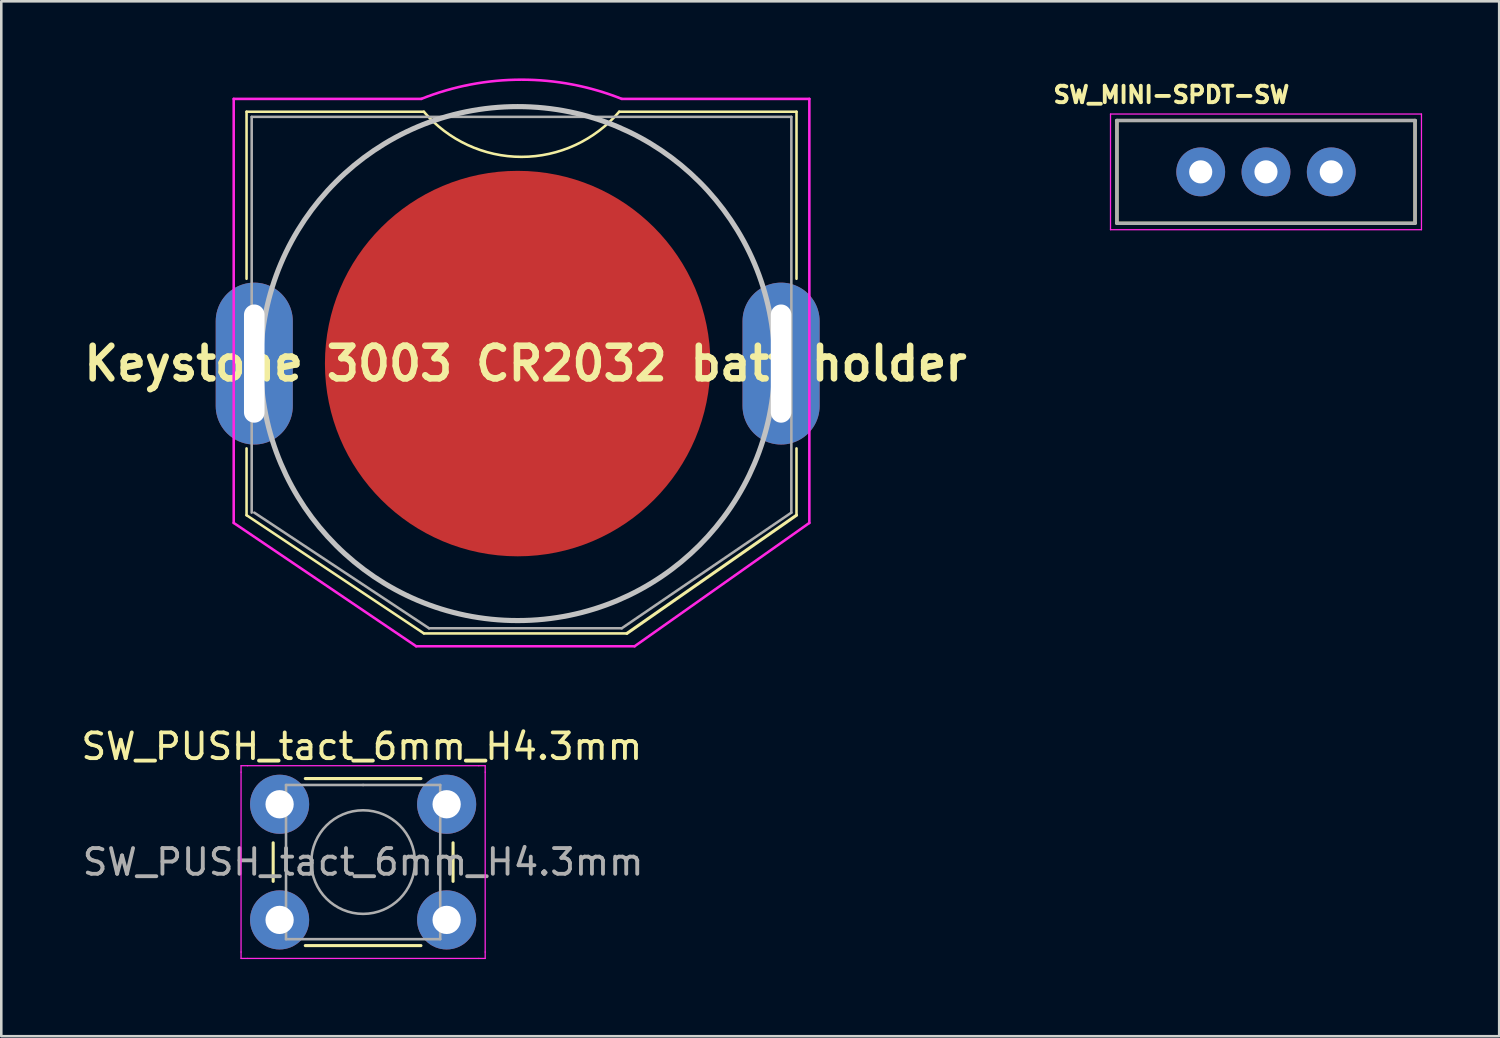
<source format=kicad_pcb>
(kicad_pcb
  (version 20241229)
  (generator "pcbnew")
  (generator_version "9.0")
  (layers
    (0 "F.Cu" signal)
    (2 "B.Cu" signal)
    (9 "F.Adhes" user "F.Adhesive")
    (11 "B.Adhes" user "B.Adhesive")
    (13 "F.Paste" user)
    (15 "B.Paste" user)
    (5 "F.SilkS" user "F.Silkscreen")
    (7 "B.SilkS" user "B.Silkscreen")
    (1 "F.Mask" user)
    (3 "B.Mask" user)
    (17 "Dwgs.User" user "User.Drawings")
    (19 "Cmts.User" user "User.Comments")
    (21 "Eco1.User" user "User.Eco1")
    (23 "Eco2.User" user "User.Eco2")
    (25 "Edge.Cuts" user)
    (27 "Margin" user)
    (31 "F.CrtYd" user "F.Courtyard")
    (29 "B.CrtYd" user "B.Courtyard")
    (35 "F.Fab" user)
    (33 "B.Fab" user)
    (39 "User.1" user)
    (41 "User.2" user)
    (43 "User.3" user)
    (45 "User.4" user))
  (footprint "SW_PUSH_tact_6mm_H4.3mm"
    (layer "F.Cu")
    (at 7.83 28.246)
    (property "Reference" "SW_PUSH_tact_6mm_H4.3mm" (at 3.2 -2.25 0) (layer "F.SilkS") (effects (font (size 1 1) (thickness 0.15))))
    (attr through_hole)
    (fp_line (start -0.25 1.5) (end -0.25 3) (stroke (width 0.12) (type solid)) (layer "F.SilkS"))
    (fp_line (start 1 5.5) (end 5.5 5.5) (stroke (width 0.12) (type solid)) (layer "F.SilkS"))
    (fp_line (start 5.5 -1) (end 1 -1) (stroke (width 0.12) (type solid)) (layer "F.SilkS"))
    (fp_line (start 6.75 3) (end 6.75 1.5) (stroke (width 0.12) (type solid)) (layer "F.SilkS"))
    (fp_line (start -1.5 -1.5) (end -1.25 -1.5) (stroke (width 0.05) (type solid)) (layer "F.CrtYd"))
    (fp_line (start -1.5 -1.25) (end -1.5 -1.5) (stroke (width 0.05) (type solid)) (layer "F.CrtYd"))
    (fp_line (start -1.5 5.75) (end -1.5 -1.25) (stroke (width 0.05) (type solid)) (layer "F.CrtYd"))
    (fp_line (start -1.5 5.75) (end -1.5 6) (stroke (width 0.05) (type solid)) (layer "F.CrtYd"))
    (fp_line (start -1.5 6) (end -1.25 6) (stroke (width 0.05) (type solid)) (layer "F.CrtYd"))
    (fp_line (start -1.25 -1.5) (end 7.75 -1.5) (stroke (width 0.05) (type solid)) (layer "F.CrtYd"))
    (fp_line (start 7.75 -1.5) (end 8 -1.5) (stroke (width 0.05) (type solid)) (layer "F.CrtYd"))
    (fp_line (start 7.75 6) (end -1.25 6) (stroke (width 0.05) (type solid)) (layer "F.CrtYd"))
    (fp_line (start 7.75 6) (end 8 6) (stroke (width 0.05) (type solid)) (layer "F.CrtYd"))
    (fp_line (start 8 -1.5) (end 8 -1.25) (stroke (width 0.05) (type solid)) (layer "F.CrtYd"))
    (fp_line (start 8 -1.25) (end 8 5.75) (stroke (width 0.05) (type solid)) (layer "F.CrtYd"))
    (fp_line (start 8 6) (end 8 5.75) (stroke (width 0.05) (type solid)) (layer "F.CrtYd"))
    (fp_line (start 0.25 -0.75) (end 3.25 -0.75) (stroke (width 0.1) (type solid)) (layer "F.Fab"))
    (fp_line (start 0.25 5.25) (end 0.25 -0.75) (stroke (width 0.1) (type solid)) (layer "F.Fab"))
    (fp_line (start 3.25 -0.75) (end 6.25 -0.75) (stroke (width 0.1) (type solid)) (layer "F.Fab"))
    (fp_line (start 6.25 -0.75) (end 6.25 5.25) (stroke (width 0.1) (type solid)) (layer "F.Fab"))
    (fp_line (start 6.25 5.25) (end 0.25 5.25) (stroke (width 0.1) (type solid)) (layer "F.Fab"))
    (fp_circle (center 3.25 2.25) (end 1.25 2.5) (stroke (width 0.1) (type solid)) (fill no) (layer "F.Fab"))
    (fp_text user "${REFERENCE}" (at 3.25 2.25 0) (layer "F.Fab") (effects (font (size 1 1) (thickness 0.15))))
    (pad "1" thru_hole circle (at 0 0 90) (size 2.3 2.3) (drill 1.1) (layers "*.Cu" "*.Mask"))
    (pad "1" thru_hole circle (at 6.5 0 90) (size 2.3 2.3) (drill 1.1) (layers "*.Cu" "*.Mask"))
    (pad "2" thru_hole circle (at 0 4.5 90) (size 2.3 2.3) (drill 1.1) (layers "*.Cu" "*.Mask"))
    (pad "2" thru_hole circle (at 6.5 4.5 90) (size 2.3 2.3) (drill 1.1) (layers "*.Cu" "*.Mask")))
  (footprint "Keystone 3003 CR2032 batt holder"
    (layer "F.Cu")
    (at 6.844 11.098)
    (property "Reference" "Keystone 3003 CR2032 batt holder" (at 10.555 0 0) (layer "F.SilkS") (effects (font (size 1.27 1.27) (thickness 0.254))))
    (attr through_hole)
    (fp_line (start -0.3 -9.8) (end -0.3 -3.3) (stroke (width 0.1) (type solid)) (layer "F.SilkS"))
    (fp_line (start -0.3 -9.8) (end 6.6 -9.8) (stroke (width 0.1) (type solid)) (layer "F.SilkS"))
    (fp_line (start -0.3 5.9) (end -0.3 3.3) (stroke (width 0.1) (type default)) (layer "F.SilkS"))
    (fp_line (start -0.3 5.9) (end 6.6 10.5) (stroke (width 0.1) (type solid)) (layer "F.SilkS"))
    (fp_line (start 6.6 10.5) (end 14.5 10.5) (stroke (width 0.1) (type solid)) (layer "F.SilkS"))
    (fp_line (start 14.5 10.5) (end 21.1 5.9) (stroke (width 0.12) (type solid)) (layer "F.SilkS"))
    (fp_line (start 21.1 -9.8) (end 14.2 -9.8) (stroke (width 0.1) (type solid)) (layer "F.SilkS"))
    (fp_line (start 21.1 -9.8) (end 21.1 -3.3) (stroke (width 0.1) (type solid)) (layer "F.SilkS"))
    (fp_line (start 21.1 5.9) (end 21.1 3.3) (stroke (width 0.1) (type default)) (layer "F.SilkS"))
    (fp_arc (start 14.2 -9.8) (mid 10.4 -8.044141) (end 6.6 -9.8) (stroke (width 0.1) (type default)) (layer "F.SilkS"))
    (fp_circle (center 10.25 0) (end 20.25 0) (stroke (width 0.2) (type solid)) (fill no) (layer "Dwgs.User"))
    (fp_line (start -0.8 -10.3) (end 6.5 -10.3) (stroke (width 0.1) (type solid)) (layer "F.CrtYd"))
    (fp_line (start -0.8 6.2) (end -0.8 -10.3) (stroke (width 0.1) (type solid)) (layer "F.CrtYd"))
    (fp_line (start 6.3 11) (end -0.8 6.2) (stroke (width 0.1) (type solid)) (layer "F.CrtYd"))
    (fp_line (start 14.8 11) (end 6.3 11) (stroke (width 0.1) (type solid)) (layer "F.CrtYd"))
    (fp_line (start 21.6 -10.3) (end 14.3 -10.3) (stroke (width 0.1) (type solid)) (layer "F.CrtYd"))
    (fp_line (start 21.6 -10.3) (end 21.6 6.2) (stroke (width 0.1) (type solid)) (layer "F.CrtYd"))
    (fp_line (start 21.6 6.2) (end 14.8 11) (stroke (width 0.1) (type solid)) (layer "F.CrtYd"))
    (fp_arc (start 6.5 -10.3) (mid 10.4 -11.047512) (end 14.3 -10.3) (stroke (width 0.1) (type solid)) (layer "F.CrtYd"))
    (fp_line (start -0.1 -9.6) (end 20.9 -9.6) (stroke (width 0.1) (type default)) (layer "F.Fab"))
    (fp_line (start -0.1 5.8) (end -0.1 -9.6) (stroke (width 0.1) (type solid)) (layer "F.Fab"))
    (fp_line (start 0 5.8) (end 6.8 10.3) (stroke (width 0.1) (type solid)) (layer "F.Fab"))
    (fp_line (start 6.8 10.3) (end 14.3 10.3) (stroke (width 0.1) (type solid)) (layer "F.Fab"))
    (fp_line (start 20.9 5.8) (end 14.3 10.3) (stroke (width 0.1) (type solid)) (layer "F.Fab"))
    (fp_line (start 20.9 5.8) (end 20.9 -9.6) (stroke (width 0.1) (type solid)) (layer "F.Fab"))
    (pad "1" thru_hole oval (at 0 0) (size 3 6.3) (drill oval 0.8 4.6) (layers "*.Cu" "*.Mask"))
    (pad "2" thru_hole oval (at 20.5 0) (size 3 6.3) (drill oval 0.8 4.6) (layers "*.Cu" "*.Mask"))
    (pad "3" smd circle (at 10.25 0 90) (size 15 15) (layers "F.Cu" "F.Mask" "F.Paste")))
  (footprint "SW_MINI-SPDT-SW"
    (layer "F.Cu")
    (at 46.213 3.638)
    (property "Reference" "SW_MINI-SPDT-SW" (at -3.683 -3 0) (layer "F.SilkS") (effects (font (size 0.64 0.64) (thickness 0.15))))
    (attr through_hole)
    (fp_line (start -5.8 -2) (end -5.8 2) (stroke (width 0.127) (type solid)) (layer "F.SilkS"))
    (fp_line (start -5.8 2) (end 5.8 2) (stroke (width 0.127) (type solid)) (layer "F.SilkS"))
    (fp_line (start 5.8 -2) (end -5.8 -2) (stroke (width 0.127) (type solid)) (layer "F.SilkS"))
    (fp_line (start 5.8 2) (end 5.8 -2) (stroke (width 0.127) (type solid)) (layer "F.SilkS"))
    (fp_line (start -6.05 -2.25) (end -6.05 2.25) (stroke (width 0.05) (type solid)) (layer "F.CrtYd"))
    (fp_line (start -6.05 2.25) (end 6.05 2.25) (stroke (width 0.05) (type solid)) (layer "F.CrtYd"))
    (fp_line (start 6.05 -2.25) (end -6.05 -2.25) (stroke (width 0.05) (type solid)) (layer "F.CrtYd"))
    (fp_line (start 6.05 2.25) (end 6.05 -2.25) (stroke (width 0.05) (type solid)) (layer "F.CrtYd"))
    (fp_line (start -5.8 -2) (end -5.8 2) (stroke (width 0.127) (type solid)) (layer "F.Fab"))
    (fp_line (start -5.8 2) (end 5.8 2) (stroke (width 0.127) (type solid)) (layer "F.Fab"))
    (fp_line (start 5.8 -2) (end -5.8 -2) (stroke (width 0.127) (type solid)) (layer "F.Fab"))
    (fp_line (start 5.8 2) (end 5.8 -2) (stroke (width 0.127) (type solid)) (layer "F.Fab"))
    (pad "1" thru_hole circle (at -2.54 0) (size 1.9 1.9) (drill 0.9) (layers "*.Cu" "*.Mask"))
    (pad "2" thru_hole circle (at 0 0) (size 1.9 1.9) (drill 0.9) (layers "*.Cu" "*.Mask"))
    (pad "3" thru_hole circle (at 2.54 0) (size 1.9 1.9) (drill 0.9) (layers "*.Cu" "*.Mask")))
  (gr_rect
    (start -3 -3)
    (end 55.288 37.271)
    (stroke (width 0.1) (type default))
    (fill no)
    (layer "Edge.Cuts")))
</source>
